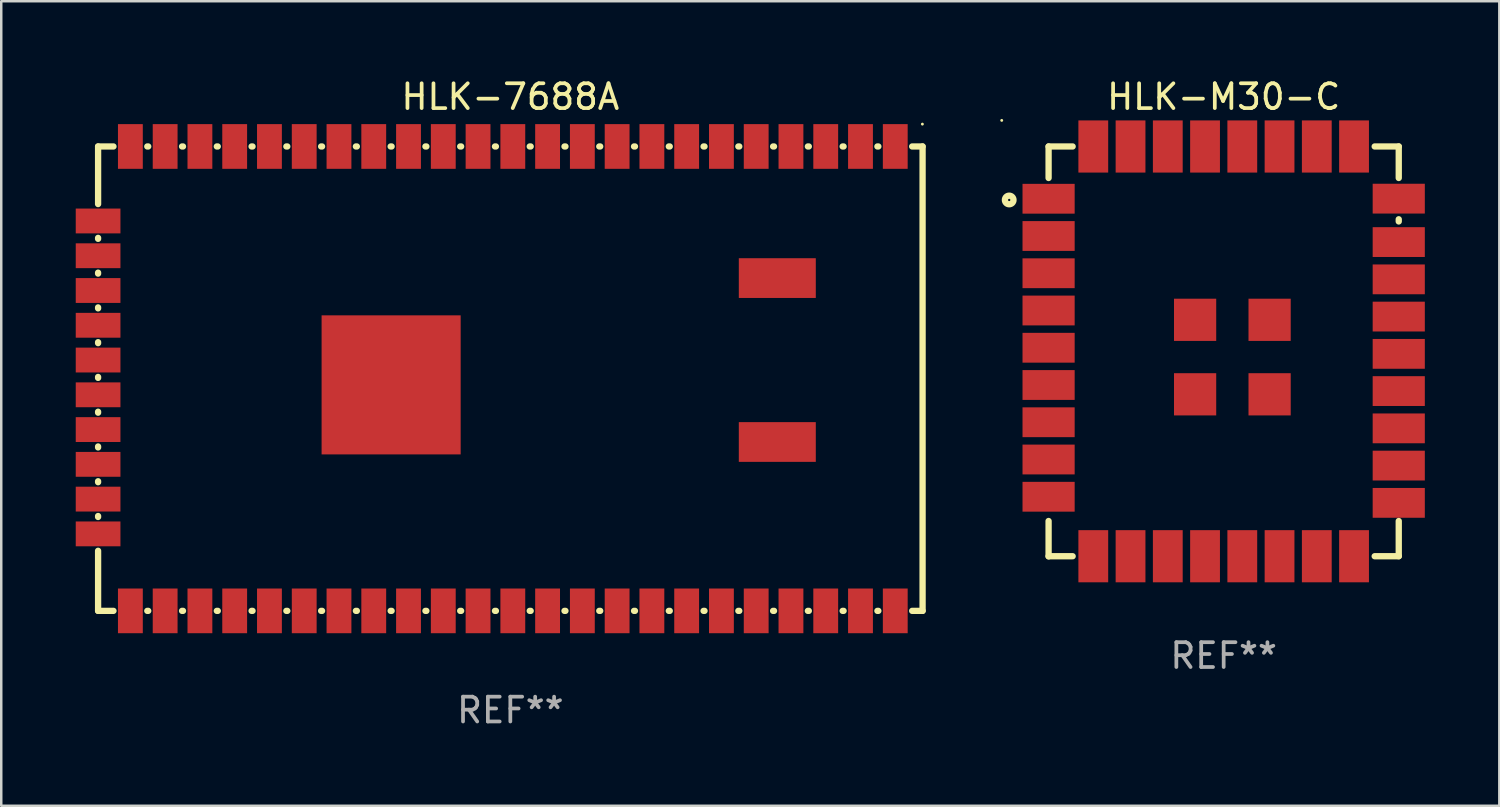
<source format=kicad_pcb>
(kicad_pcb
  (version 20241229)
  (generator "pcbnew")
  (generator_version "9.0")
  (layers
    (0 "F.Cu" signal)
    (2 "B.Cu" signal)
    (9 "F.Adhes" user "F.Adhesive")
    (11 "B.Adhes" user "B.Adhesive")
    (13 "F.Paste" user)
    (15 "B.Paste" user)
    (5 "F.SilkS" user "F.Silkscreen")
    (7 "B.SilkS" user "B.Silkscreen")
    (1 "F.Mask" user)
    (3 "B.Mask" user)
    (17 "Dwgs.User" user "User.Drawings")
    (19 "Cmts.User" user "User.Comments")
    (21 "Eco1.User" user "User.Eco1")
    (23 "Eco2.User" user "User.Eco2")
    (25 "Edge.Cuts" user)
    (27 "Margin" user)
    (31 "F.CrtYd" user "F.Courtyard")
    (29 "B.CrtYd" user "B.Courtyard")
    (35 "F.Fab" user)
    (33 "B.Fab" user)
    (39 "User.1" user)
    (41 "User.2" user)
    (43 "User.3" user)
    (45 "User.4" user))
  (footprint "HLK-M30-C"
    (layer "F.Cu")
    (at 46.224 11.101)
    (property "Reference" "HLK-M30-C" (at 0 -10.253 0) (layer "F.SilkS") (effects (font (size 1 1) (thickness 0.15))))
    (attr through_hole)
    (fp_line (start -7.05 -8.253) (end -7.05 -6.984) (stroke (width 0.254) (type solid)) (layer "F.SilkS"))
    (fp_line (start -7.05 -8.253) (end -6.081 -8.253) (stroke (width 0.254) (type solid)) (layer "F.SilkS"))
    (fp_line (start -7.05 6.829) (end -7.05 8.253) (stroke (width 0.254) (type solid)) (layer "F.SilkS"))
    (fp_line (start -6.081 8.247) (end -7.05 8.247) (stroke (width 0.254) (type solid)) (layer "F.SilkS"))
    (fp_line (start 6.081 -8.253) (end 7.05 -8.253) (stroke (width 0.254) (type solid)) (layer "F.SilkS"))
    (fp_line (start 7.05 -8.253) (end 7.05 -6.984) (stroke (width 0.254) (type solid)) (layer "F.SilkS"))
    (fp_line (start 7.05 -5.321) (end 7.05 -5.234) (stroke (width 0.254) (type solid)) (layer "F.SilkS"))
    (fp_line (start 7.05 6.829) (end 7.05 8.247) (stroke (width 0.254) (type solid)) (layer "F.SilkS"))
    (fp_line (start 7.05 8.247) (end 6.081 8.247) (stroke (width 0.254) (type solid)) (layer "F.SilkS"))
    (fp_circle (center -8.937 -9.303) (end -8.907 -9.303) (stroke (width 0.06) (type solid)) (fill no) (layer "F.SilkS"))
    (fp_circle (center -8.636 -6.099) (end -8.463 -6.099) (stroke (width 0.254) (type solid)) (fill no) (layer "F.SilkS"))
    (fp_text user "REF**" (at 0 12.253 0) (layer "F.Fab") (effects (font (size 1 1) (thickness 0.15))))
    (pad "1" smd rect (at -7.05 -6.148) (size 2.1 1.2) (layers "F.Cu" "F.Mask" "F.Paste"))
    (pad "2" smd rect (at -7.05 -4.648) (size 2.1 1.2) (layers "F.Cu" "F.Mask" "F.Paste"))
    (pad "3" smd rect (at -7.05 -3.148) (size 2.1 1.2) (layers "F.Cu" "F.Mask" "F.Paste"))
    (pad "4" smd rect (at -7.05 -1.648) (size 2.1 1.2) (layers "F.Cu" "F.Mask" "F.Paste"))
    (pad "5" smd rect (at -7.05 -0.148) (size 2.1 1.2) (layers "F.Cu" "F.Mask" "F.Paste"))
    (pad "6" smd rect (at -7.05 1.352) (size 2.1 1.2) (layers "F.Cu" "F.Mask" "F.Paste"))
    (pad "7" smd rect (at -7.05 2.852) (size 2.1 1.2) (layers "F.Cu" "F.Mask" "F.Paste"))
    (pad "8" smd rect (at -7.05 4.352) (size 2.1 1.2) (layers "F.Cu" "F.Mask" "F.Paste"))
    (pad "9" smd rect (at -7.05 5.852) (size 2.1 1.2) (layers "F.Cu" "F.Mask" "F.Paste"))
    (pad "10" smd rect (at -5.25 8.247 90) (size 2.1 1.2) (layers "F.Cu" "F.Mask" "F.Paste"))
    (pad "11" smd rect (at -3.75 8.247 90) (size 2.1 1.2) (layers "F.Cu" "F.Mask" "F.Paste"))
    (pad "12" smd rect (at -2.25 8.247 90) (size 2.1 1.2) (layers "F.Cu" "F.Mask" "F.Paste"))
    (pad "13" smd rect (at -0.75 8.247 90) (size 2.1 1.2) (layers "F.Cu" "F.Mask" "F.Paste"))
    (pad "14" smd rect (at 0.75 8.247 90) (size 2.1 1.2) (layers "F.Cu" "F.Mask" "F.Paste"))
    (pad "15" smd rect (at 2.25 8.247 90) (size 2.1 1.2) (layers "F.Cu" "F.Mask" "F.Paste"))
    (pad "16" smd rect (at 3.75 8.247 90) (size 2.1 1.2) (layers "F.Cu" "F.Mask" "F.Paste"))
    (pad "17" smd rect (at 5.25 8.247 90) (size 2.1 1.2) (layers "F.Cu" "F.Mask" "F.Paste"))
    (pad "18" smd rect (at 7.05 6.098 180) (size 2.1 1.2) (layers "F.Cu" "F.Mask" "F.Paste"))
    (pad "19" smd rect (at 7.05 4.597 180) (size 2.1 1.2) (layers "F.Cu" "F.Mask" "F.Paste"))
    (pad "20" smd rect (at 7.05 3.098 180) (size 2.1 1.2) (layers "F.Cu" "F.Mask" "F.Paste"))
    (pad "21" smd rect (at 7.05 1.597 180) (size 2.1 1.2) (layers "F.Cu" "F.Mask" "F.Paste"))
    (pad "22" smd rect (at 7.05 0.098 180) (size 2.1 1.2) (layers "F.Cu" "F.Mask" "F.Paste"))
    (pad "23" smd rect (at 7.05 -1.403 180) (size 2.1 1.2) (layers "F.Cu" "F.Mask" "F.Paste"))
    (pad "24" smd rect (at 7.05 -2.902 180) (size 2.1 1.2) (layers "F.Cu" "F.Mask" "F.Paste"))
    (pad "25" smd rect (at 7.05 -4.403 180) (size 2.1 1.2) (layers "F.Cu" "F.Mask" "F.Paste"))
    (pad "26" smd rect (at 7.05 -6.152 180) (size 2.1 1.2) (layers "F.Cu" "F.Mask" "F.Paste"))
    (pad "27" smd rect (at 5.25 -8.252 270) (size 2.1 1.2) (layers "F.Cu" "F.Mask" "F.Paste"))
    (pad "28" smd rect (at 3.75 -8.252 270) (size 2.1 1.2) (layers "F.Cu" "F.Mask" "F.Paste"))
    (pad "29" smd rect (at 2.25 -8.252 270) (size 2.1 1.2) (layers "F.Cu" "F.Mask" "F.Paste"))
    (pad "30" smd rect (at 0.75 -8.252 270) (size 2.1 1.2) (layers "F.Cu" "F.Mask" "F.Paste"))
    (pad "31" smd rect (at -0.75 -8.252 270) (size 2.1 1.2) (layers "F.Cu" "F.Mask" "F.Paste"))
    (pad "32" smd rect (at -2.25 -8.252 270) (size 2.1 1.2) (layers "F.Cu" "F.Mask" "F.Paste"))
    (pad "33" smd rect (at -3.75 -8.252 270) (size 2.1 1.2) (layers "F.Cu" "F.Mask" "F.Paste"))
    (pad "34" smd rect (at -5.25 -8.252 270) (size 2.1 1.2) (layers "F.Cu" "F.Mask" "F.Paste"))
    (pad "35" smd rect (at -1.15 -1.273 270) (size 1.7 1.7) (layers "F.Cu" "F.Mask" "F.Paste"))
    (pad "36" smd rect (at 1.85 -1.273 270) (size 1.7 1.7) (layers "F.Cu" "F.Mask" "F.Paste"))
    (pad "37" smd rect (at 1.85 1.727 270) (size 1.7 1.7) (layers "F.Cu" "F.Mask" "F.Paste"))
    (pad "38" smd rect (at -1.15 1.727 270) (size 1.7 1.7) (layers "F.Cu" "F.Mask" "F.Paste")))
  (footprint "HLK-7688A"
    (layer "F.Cu")
    (at 17.5 12.198)
    (property "Reference" "HLK-7688A" (at 0 -11.35 0) (layer "F.SilkS") (effects (font (size 1 1) (thickness 0.15))))
    (attr through_hole)
    (fp_line (start -16.6 -9.35) (end -16.6 -7.031) (stroke (width 0.254) (type solid)) (layer "F.SilkS"))
    (fp_line (start -16.6 -9.35) (end -15.981 -9.35) (stroke (width 0.254) (type solid)) (layer "F.SilkS"))
    (fp_line (start -16.6 -5.669) (end -16.6 -5.631) (stroke (width 0.254) (type solid)) (layer "F.SilkS"))
    (fp_line (start -16.6 -4.269) (end -16.6 -4.231) (stroke (width 0.254) (type solid)) (layer "F.SilkS"))
    (fp_line (start -16.6 -2.869) (end -16.6 -2.831) (stroke (width 0.254) (type solid)) (layer "F.SilkS"))
    (fp_line (start -16.6 -1.469) (end -16.6 -1.431) (stroke (width 0.254) (type solid)) (layer "F.SilkS"))
    (fp_line (start -16.6 -0.069) (end -16.6 -0.031) (stroke (width 0.254) (type solid)) (layer "F.SilkS"))
    (fp_line (start -16.6 1.331) (end -16.6 1.369) (stroke (width 0.254) (type solid)) (layer "F.SilkS"))
    (fp_line (start -16.6 2.731) (end -16.6 2.769) (stroke (width 0.254) (type solid)) (layer "F.SilkS"))
    (fp_line (start -16.6 4.131) (end -16.6 4.169) (stroke (width 0.254) (type solid)) (layer "F.SilkS"))
    (fp_line (start -16.6 5.531) (end -16.6 5.569) (stroke (width 0.254) (type solid)) (layer "F.SilkS"))
    (fp_line (start -16.6 6.931) (end -16.6 9.35) (stroke (width 0.254) (type solid)) (layer "F.SilkS"))
    (fp_line (start -16.6 9.35) (end -15.981 9.35) (stroke (width 0.254) (type solid)) (layer "F.SilkS"))
    (fp_line (start -14.619 -9.35) (end -14.581 -9.35) (stroke (width 0.254) (type solid)) (layer "F.SilkS"))
    (fp_line (start -14.619 9.35) (end -14.581 9.35) (stroke (width 0.254) (type solid)) (layer "F.SilkS"))
    (fp_line (start -13.219 -9.35) (end -13.181 -9.35) (stroke (width 0.254) (type solid)) (layer "F.SilkS"))
    (fp_line (start -13.219 9.35) (end -13.181 9.35) (stroke (width 0.254) (type solid)) (layer "F.SilkS"))
    (fp_line (start -11.819 -9.35) (end -11.781 -9.35) (stroke (width 0.254) (type solid)) (layer "F.SilkS"))
    (fp_line (start -11.819 9.35) (end -11.781 9.35) (stroke (width 0.254) (type solid)) (layer "F.SilkS"))
    (fp_line (start -10.419 -9.35) (end -10.381 -9.35) (stroke (width 0.254) (type solid)) (layer "F.SilkS"))
    (fp_line (start -10.419 9.35) (end -10.381 9.35) (stroke (width 0.254) (type solid)) (layer "F.SilkS"))
    (fp_line (start -9.019 -9.35) (end -8.981 -9.35) (stroke (width 0.254) (type solid)) (layer "F.SilkS"))
    (fp_line (start -9.019 9.35) (end -8.981 9.35) (stroke (width 0.254) (type solid)) (layer "F.SilkS"))
    (fp_line (start -7.619 -9.35) (end -7.581 -9.35) (stroke (width 0.254) (type solid)) (layer "F.SilkS"))
    (fp_line (start -7.619 9.35) (end -7.581 9.35) (stroke (width 0.254) (type solid)) (layer "F.SilkS"))
    (fp_line (start -6.219 -9.35) (end -6.181 -9.35) (stroke (width 0.254) (type solid)) (layer "F.SilkS"))
    (fp_line (start -6.219 9.35) (end -6.181 9.35) (stroke (width 0.254) (type solid)) (layer "F.SilkS"))
    (fp_line (start -4.819 -9.35) (end -4.781 -9.35) (stroke (width 0.254) (type solid)) (layer "F.SilkS"))
    (fp_line (start -4.819 9.35) (end -4.781 9.35) (stroke (width 0.254) (type solid)) (layer "F.SilkS"))
    (fp_line (start -3.419 -9.35) (end -3.381 -9.35) (stroke (width 0.254) (type solid)) (layer "F.SilkS"))
    (fp_line (start -3.419 9.35) (end -3.381 9.35) (stroke (width 0.254) (type solid)) (layer "F.SilkS"))
    (fp_line (start -2.019 -9.35) (end -1.981 -9.35) (stroke (width 0.254) (type solid)) (layer "F.SilkS"))
    (fp_line (start -2.019 9.35) (end -1.981 9.35) (stroke (width 0.254) (type solid)) (layer "F.SilkS"))
    (fp_line (start -0.619 -9.35) (end -0.581 -9.35) (stroke (width 0.254) (type solid)) (layer "F.SilkS"))
    (fp_line (start -0.619 9.35) (end -0.581 9.35) (stroke (width 0.254) (type solid)) (layer "F.SilkS"))
    (fp_line (start 0.781 -9.35) (end 0.819 -9.35) (stroke (width 0.254) (type solid)) (layer "F.SilkS"))
    (fp_line (start 0.781 9.35) (end 0.819 9.35) (stroke (width 0.254) (type solid)) (layer "F.SilkS"))
    (fp_line (start 2.181 -9.35) (end 2.219 -9.35) (stroke (width 0.254) (type solid)) (layer "F.SilkS"))
    (fp_line (start 2.181 9.35) (end 2.219 9.35) (stroke (width 0.254) (type solid)) (layer "F.SilkS"))
    (fp_line (start 3.581 -9.35) (end 3.619 -9.35) (stroke (width 0.254) (type solid)) (layer "F.SilkS"))
    (fp_line (start 3.581 9.35) (end 3.619 9.35) (stroke (width 0.254) (type solid)) (layer "F.SilkS"))
    (fp_line (start 4.981 -9.35) (end 5.019 -9.35) (stroke (width 0.254) (type solid)) (layer "F.SilkS"))
    (fp_line (start 4.981 9.35) (end 5.019 9.35) (stroke (width 0.254) (type solid)) (layer "F.SilkS"))
    (fp_line (start 6.381 -9.35) (end 6.419 -9.35) (stroke (width 0.254) (type solid)) (layer "F.SilkS"))
    (fp_line (start 6.381 9.35) (end 6.419 9.35) (stroke (width 0.254) (type solid)) (layer "F.SilkS"))
    (fp_line (start 7.781 -9.35) (end 7.819 -9.35) (stroke (width 0.254) (type solid)) (layer "F.SilkS"))
    (fp_line (start 7.781 9.35) (end 7.819 9.35) (stroke (width 0.254) (type solid)) (layer "F.SilkS"))
    (fp_line (start 9.181 -9.35) (end 9.219 -9.35) (stroke (width 0.254) (type solid)) (layer "F.SilkS"))
    (fp_line (start 9.181 9.35) (end 9.219 9.35) (stroke (width 0.254) (type solid)) (layer "F.SilkS"))
    (fp_line (start 10.581 -9.35) (end 10.619 -9.35) (stroke (width 0.254) (type solid)) (layer "F.SilkS"))
    (fp_line (start 10.581 9.35) (end 10.619 9.35) (stroke (width 0.254) (type solid)) (layer "F.SilkS"))
    (fp_line (start 11.981 -9.35) (end 12.019 -9.35) (stroke (width 0.254) (type solid)) (layer "F.SilkS"))
    (fp_line (start 11.981 9.35) (end 12.019 9.35) (stroke (width 0.254) (type solid)) (layer "F.SilkS"))
    (fp_line (start 13.381 -9.35) (end 13.419 -9.35) (stroke (width 0.254) (type solid)) (layer "F.SilkS"))
    (fp_line (start 13.381 9.35) (end 13.419 9.35) (stroke (width 0.254) (type solid)) (layer "F.SilkS"))
    (fp_line (start 14.781 -9.35) (end 14.819 -9.35) (stroke (width 0.254) (type solid)) (layer "F.SilkS"))
    (fp_line (start 14.781 9.35) (end 14.819 9.35) (stroke (width 0.254) (type solid)) (layer "F.SilkS"))
    (fp_line (start 16.6 -9.35) (end 16.181 -9.35) (stroke (width 0.254) (type solid)) (layer "F.SilkS"))
    (fp_line (start 16.6 9.35) (end 16.181 9.35) (stroke (width 0.254) (type solid)) (layer "F.SilkS"))
    (fp_line (start 16.6 9.35) (end 16.6 -9.35) (stroke (width 0.254) (type solid)) (layer "F.SilkS"))
    (fp_circle (center 16.592 -10.25) (end 16.622 -10.25) (stroke (width 0.06) (type solid)) (fill no) (layer "F.SilkS"))
    (fp_text user "REF**" (at 0 13.35 0) (layer "F.Fab") (effects (font (size 1 1) (thickness 0.15))))
    (pad "1" smd rect (at 15.5 -9.35) (size 1 1.8) (layers "F.Cu" "F.Mask" "F.Paste"))
    (pad "2" smd rect (at 14.1 -9.35) (size 1 1.8) (layers "F.Cu" "F.Mask" "F.Paste"))
    (pad "3" smd rect (at 12.7 -9.35) (size 1 1.8) (layers "F.Cu" "F.Mask" "F.Paste"))
    (pad "4" smd rect (at 11.3 -9.35) (size 1 1.8) (layers "F.Cu" "F.Mask" "F.Paste"))
    (pad "5" smd rect (at 9.9 -9.35) (size 1 1.8) (layers "F.Cu" "F.Mask" "F.Paste"))
    (pad "6" smd rect (at 8.5 -9.35) (size 1 1.8) (layers "F.Cu" "F.Mask" "F.Paste"))
    (pad "7" smd rect (at 7.1 -9.35) (size 1 1.8) (layers "F.Cu" "F.Mask" "F.Paste"))
    (pad "8" smd rect (at 5.7 -9.35) (size 1 1.8) (layers "F.Cu" "F.Mask" "F.Paste"))
    (pad "9" smd rect (at 4.3 -9.35) (size 1 1.8) (layers "F.Cu" "F.Mask" "F.Paste"))
    (pad "10" smd rect (at 2.9 -9.35) (size 1 1.8) (layers "F.Cu" "F.Mask" "F.Paste"))
    (pad "11" smd rect (at 1.5 -9.35) (size 1 1.8) (layers "F.Cu" "F.Mask" "F.Paste"))
    (pad "12" smd rect (at 0.1 -9.35) (size 1 1.8) (layers "F.Cu" "F.Mask" "F.Paste"))
    (pad "13" smd rect (at -1.3 -9.35) (size 1 1.8) (layers "F.Cu" "F.Mask" "F.Paste"))
    (pad "14" smd rect (at -2.7 -9.35) (size 1 1.8) (layers "F.Cu" "F.Mask" "F.Paste"))
    (pad "15" smd rect (at -4.1 -9.35) (size 1 1.8) (layers "F.Cu" "F.Mask" "F.Paste"))
    (pad "16" smd rect (at -5.5 -9.35) (size 1 1.8) (layers "F.Cu" "F.Mask" "F.Paste"))
    (pad "17" smd rect (at -6.9 -9.35) (size 1 1.8) (layers "F.Cu" "F.Mask" "F.Paste"))
    (pad "18" smd rect (at -8.3 -9.35) (size 1 1.8) (layers "F.Cu" "F.Mask" "F.Paste"))
    (pad "19" smd rect (at -9.7 -9.35) (size 1 1.8) (layers "F.Cu" "F.Mask" "F.Paste"))
    (pad "20" smd rect (at -11.1 -9.35) (size 1 1.8) (layers "F.Cu" "F.Mask" "F.Paste"))
    (pad "21" smd rect (at -12.5 -9.35) (size 1 1.8) (layers "F.Cu" "F.Mask" "F.Paste"))
    (pad "22" smd rect (at -13.9 -9.35) (size 1 1.8) (layers "F.Cu" "F.Mask" "F.Paste"))
    (pad "23" smd rect (at -15.3 -9.35) (size 1 1.8) (layers "F.Cu" "F.Mask" "F.Paste"))
    (pad "24" smd rect (at -16.6 -6.35 90) (size 1 1.8) (layers "F.Cu" "F.Mask" "F.Paste"))
    (pad "25" smd rect (at -16.6 -4.95 90) (size 1 1.8) (layers "F.Cu" "F.Mask" "F.Paste"))
    (pad "26" smd rect (at -16.6 -3.55 90) (size 1 1.8) (layers "F.Cu" "F.Mask" "F.Paste"))
    (pad "27" smd rect (at -16.6 -2.15 90) (size 1 1.8) (layers "F.Cu" "F.Mask" "F.Paste"))
    (pad "28" smd rect (at -16.6 -0.75 90) (size 1 1.8) (layers "F.Cu" "F.Mask" "F.Paste"))
    (pad "29" smd rect (at -16.6 0.65 90) (size 1 1.8) (layers "F.Cu" "F.Mask" "F.Paste"))
    (pad "30" smd rect (at -16.6 2.05 90) (size 1 1.8) (layers "F.Cu" "F.Mask" "F.Paste"))
    (pad "31" smd rect (at -16.6 3.45 90) (size 1 1.8) (layers "F.Cu" "F.Mask" "F.Paste"))
    (pad "32" smd rect (at -16.6 4.85 90) (size 1 1.8) (layers "F.Cu" "F.Mask" "F.Paste"))
    (pad "33" smd rect (at -16.6 6.25 90) (size 1 1.8) (layers "F.Cu" "F.Mask" "F.Paste"))
    (pad "34" smd rect (at -15.3 9.35 180) (size 1 1.8) (layers "F.Cu" "F.Mask" "F.Paste"))
    (pad "35" smd rect (at -13.9 9.35 180) (size 1 1.8) (layers "F.Cu" "F.Mask" "F.Paste"))
    (pad "36" smd rect (at -12.5 9.35 180) (size 1 1.8) (layers "F.Cu" "F.Mask" "F.Paste"))
    (pad "37" smd rect (at -11.1 9.35 180) (size 1 1.8) (layers "F.Cu" "F.Mask" "F.Paste"))
    (pad "38" smd rect (at -9.7 9.35 180) (size 1 1.8) (layers "F.Cu" "F.Mask" "F.Paste"))
    (pad "39" smd rect (at -8.3 9.35 180) (size 1 1.8) (layers "F.Cu" "F.Mask" "F.Paste"))
    (pad "40" smd rect (at -6.9 9.35 180) (size 1 1.8) (layers "F.Cu" "F.Mask" "F.Paste"))
    (pad "41" smd rect (at -5.5 9.35 180) (size 1 1.8) (layers "F.Cu" "F.Mask" "F.Paste"))
    (pad "42" smd rect (at -4.1 9.35 180) (size 1 1.8) (layers "F.Cu" "F.Mask" "F.Paste"))
    (pad "43" smd rect (at -2.7 9.35 180) (size 1 1.8) (layers "F.Cu" "F.Mask" "F.Paste"))
    (pad "44" smd rect (at -1.3 9.35 180) (size 1 1.8) (layers "F.Cu" "F.Mask" "F.Paste"))
    (pad "45" smd rect (at 0.1 9.35 180) (size 1 1.8) (layers "F.Cu" "F.Mask" "F.Paste"))
    (pad "46" smd rect (at 1.5 9.35 180) (size 1 1.8) (layers "F.Cu" "F.Mask" "F.Paste"))
    (pad "47" smd rect (at 2.9 9.35 180) (size 1 1.8) (layers "F.Cu" "F.Mask" "F.Paste"))
    (pad "48" smd rect (at 4.3 9.35 180) (size 1 1.8) (layers "F.Cu" "F.Mask" "F.Paste"))
    (pad "49" smd rect (at 5.7 9.35 180) (size 1 1.8) (layers "F.Cu" "F.Mask" "F.Paste"))
    (pad "50" smd rect (at 7.1 9.35 180) (size 1 1.8) (layers "F.Cu" "F.Mask" "F.Paste"))
    (pad "51" smd rect (at 8.5 9.35 180) (size 1 1.8) (layers "F.Cu" "F.Mask" "F.Paste"))
    (pad "52" smd rect (at 9.9 9.35 180) (size 1 1.8) (layers "F.Cu" "F.Mask" "F.Paste"))
    (pad "53" smd rect (at 11.3 9.35 180) (size 1 1.8) (layers "F.Cu" "F.Mask" "F.Paste"))
    (pad "54" smd rect (at 12.7 9.35 180) (size 1 1.8) (layers "F.Cu" "F.Mask" "F.Paste"))
    (pad "55" smd rect (at 14.1 9.35 180) (size 1 1.8) (layers "F.Cu" "F.Mask" "F.Paste"))
    (pad "56" smd rect (at 15.5 9.35 180) (size 1 1.8) (layers "F.Cu" "F.Mask" "F.Paste"))
    (pad "57" smd rect (at -4.8 0.25) (size 5.6 5.6) (layers "F.Cu" "F.Mask" "F.Paste"))
    (pad "58" smd rect (at 10.75 2.55) (size 3.1 1.6) (layers "F.Cu" "F.Mask" "F.Paste"))
    (pad "59" smd rect (at 10.75 -4.05) (size 3.1 1.6) (layers "F.Cu" "F.Mask" "F.Paste")))
  (gr_rect
    (start -3 -3)
    (end 57.324 29.397)
    (stroke (width 0.1) (type default))
    (fill no)
    (layer "Edge.Cuts")))
</source>
